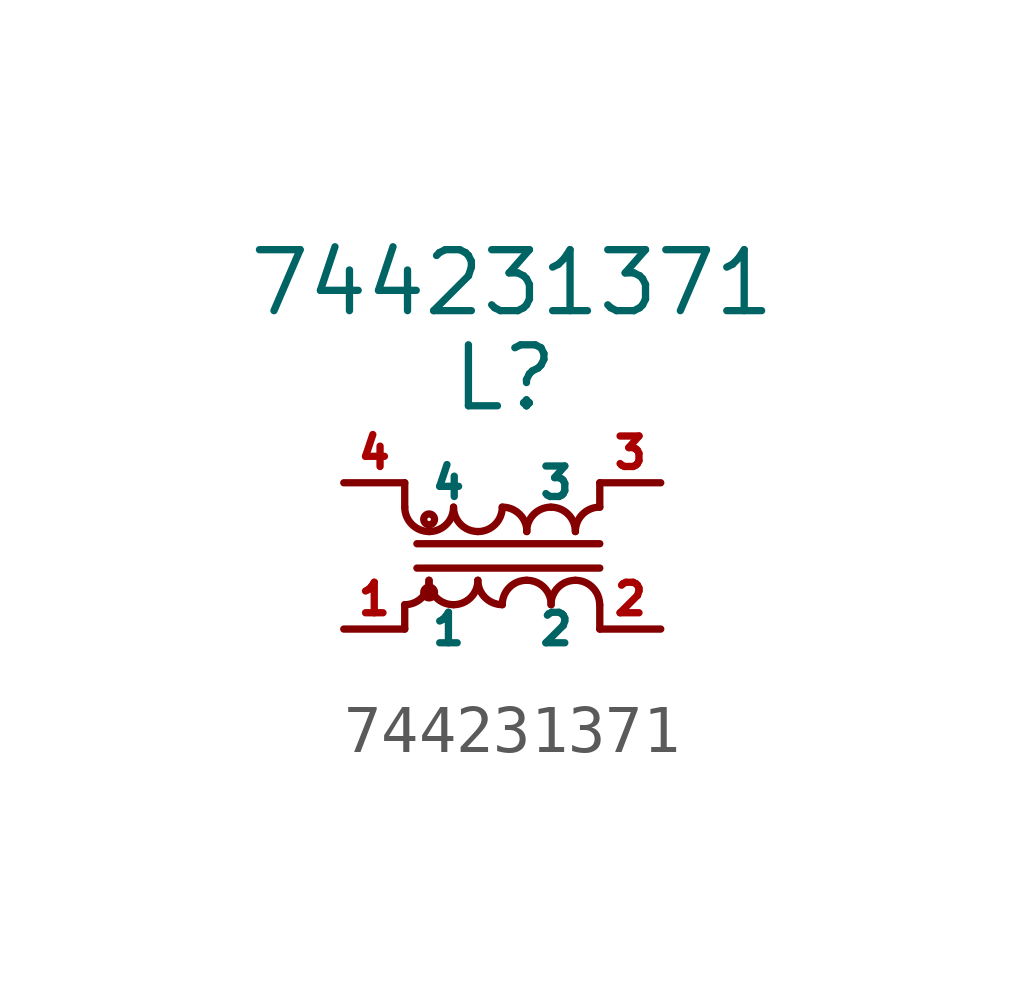
<source format=kicad_sym>
(kicad_symbol_lib
  (version 20211014)
  (generator kicad_symbol_editor)
  (symbol "744231371"
    (property "Reference" "L"
      (at 0.051 0.66 0)
      (effects (font (size 1.27 1.27))))
    (property "Value" "744231371"
      (at 0.203 2.642 0)
      (effects (font (size 1.27 1.27))))
    (symbol "744231371_0_1"
      (arc (start -2.032 -4.064) (mid -1.1648 -4.4232) (end -1.524 -3.556) (stroke (width 0) (type default) (color 0 0 0 0)) (fill (type none)))
      (arc (start -2.032 -2.032) (mid -1.8832 -2.3912) (end -1.524 -2.54) (stroke (width 0) (type default) (color 0 0 0 0)) (fill (type none)))
      (circle (center -1.524 -3.81) (radius 0.036) (stroke (width 0) (type default) (color 0 0 0 0)) (fill (type none)))
      (arc (start -1.524 -3.556) (mid -1.8832 -4.4232) (end -1.016 -4.064) (stroke (width 0) (type default) (color 0 0 0 0)) (fill (type none)))
      (arc (start -1.524 -2.54) (mid -1.1648 -2.3912) (end -1.016 -2.032) (stroke (width 0) (type default) (color 0 0 0 0)) (fill (type none)))
      (circle (center -1.524 -2.286) (radius 0.036) (stroke (width 0) (type default) (color 0 0 0 0)) (fill (type none)))
      (arc (start -1.016 -4.064) (mid -0.1488 -4.4232) (end -0.508 -3.556) (stroke (width 0) (type default) (color 0 0 0 0)) (fill (type none)))
      (arc (start -1.016 -2.032) (mid -0.8672 -2.3912) (end -0.508 -2.54) (stroke (width 0) (type default) (color 0 0 0 0)) (fill (type none)))
      (arc (start -0.508 -3.556) (mid -0.8672 -4.4232) (end 0 -4.064) (stroke (width 0) (type default) (color 0 0 0 0)) (fill (type none)))
      (arc (start -0.508 -2.54) (mid -0.1488 -2.3912) (end 0 -2.032) (stroke (width 0) (type default) (color 0 0 0 0)) (fill (type none)))
      (polyline (pts (xy -2.032 -4.064) (xy -2.032 -4.572)) (stroke (width 0) (type default) (color 0 0 0 0)) (fill (type none)))
      (polyline (pts (xy -2.032 -2.032) (xy -2.032 -1.524)) (stroke (width 0) (type default) (color 0 0 0 0)) (fill (type none)))
      (polyline (pts (xy -1.778 -3.302) (xy 2.032 -3.302)) (stroke (width 0) (type default) (color 0 0 0 0)) (fill (type none)))
      (polyline (pts (xy -1.778 -2.794) (xy 2.032 -2.794)) (stroke (width 0) (type default) (color 0 0 0 0)) (fill (type none)))
      (polyline (pts (xy 2.032 -4.064) (xy 2.032 -4.572)) (stroke (width 0) (type default) (color 0 0 0 0)) (fill (type none)))
      (polyline (pts (xy 2.032 -2.032) (xy 2.032 -1.524)) (stroke (width 0) (type default) (color 0 0 0 0)) (fill (type none)))
      (arc (start 0.508 -3.556) (mid 0.1488 -3.7048) (end 0 -4.064) (stroke (width 0) (type default) (color 0 0 0 0)) (fill (type none)))
      (arc (start 0.508 -2.54) (mid 0.8672 -1.6728) (end 0 -2.032) (stroke (width 0) (type default) (color 0 0 0 0)) (fill (type none)))
      (arc (start 1.016 -4.064) (mid 0.8672 -3.7048) (end 0.508 -3.556) (stroke (width 0) (type default) (color 0 0 0 0)) (fill (type none)))
      (arc (start 1.016 -2.032) (mid 0.1488 -1.6728) (end 0.508 -2.54) (stroke (width 0) (type default) (color 0 0 0 0)) (fill (type none)))
      (arc (start 1.524 -3.556) (mid 1.1648 -3.7048) (end 1.016 -4.064) (stroke (width 0) (type default) (color 0 0 0 0)) (fill (type none)))
      (arc (start 1.524 -2.54) (mid 1.8832 -1.6728) (end 1.016 -2.032) (stroke (width 0) (type default) (color 0 0 0 0)) (fill (type none)))
      (arc (start 2.032 -4.064) (mid 1.8832 -3.7048) (end 1.524 -3.556) (stroke (width 0) (type default) (color 0 0 0 0)) (fill (type none)))
      (arc (start 2.032 -2.032) (mid 1.1648 -1.6728) (end 1.524 -2.54) (stroke (width 0) (type default) (color 0 0 0 0)) (fill (type none))))
    (symbol "744231371_1_1"
      (pin bidirectional line (at -3.302 -4.572 0) (length 1.27) (name "1" (effects (font (size 0.635 0.635)))) (number "1" (effects (font (size 0.635 0.635)))))
      (pin bidirectional line (at 3.302 -4.572 180) (length 1.27) (name "2" (effects (font (size 0.635 0.635)))) (number "2" (effects (font (size 0.635 0.635)))))
      (pin bidirectional line (at 3.302 -1.524 180) (length 1.27) (name "3" (effects (font (size 0.635 0.635)))) (number "3" (effects (font (size 0.635 0.635)))))
      (pin bidirectional line (at -3.302 -1.524 0) (length 1.27) (name "4" (effects (font (size 0.635 0.635)))) (number "4" (effects (font (size 0.635 0.635))))))))
</source>
